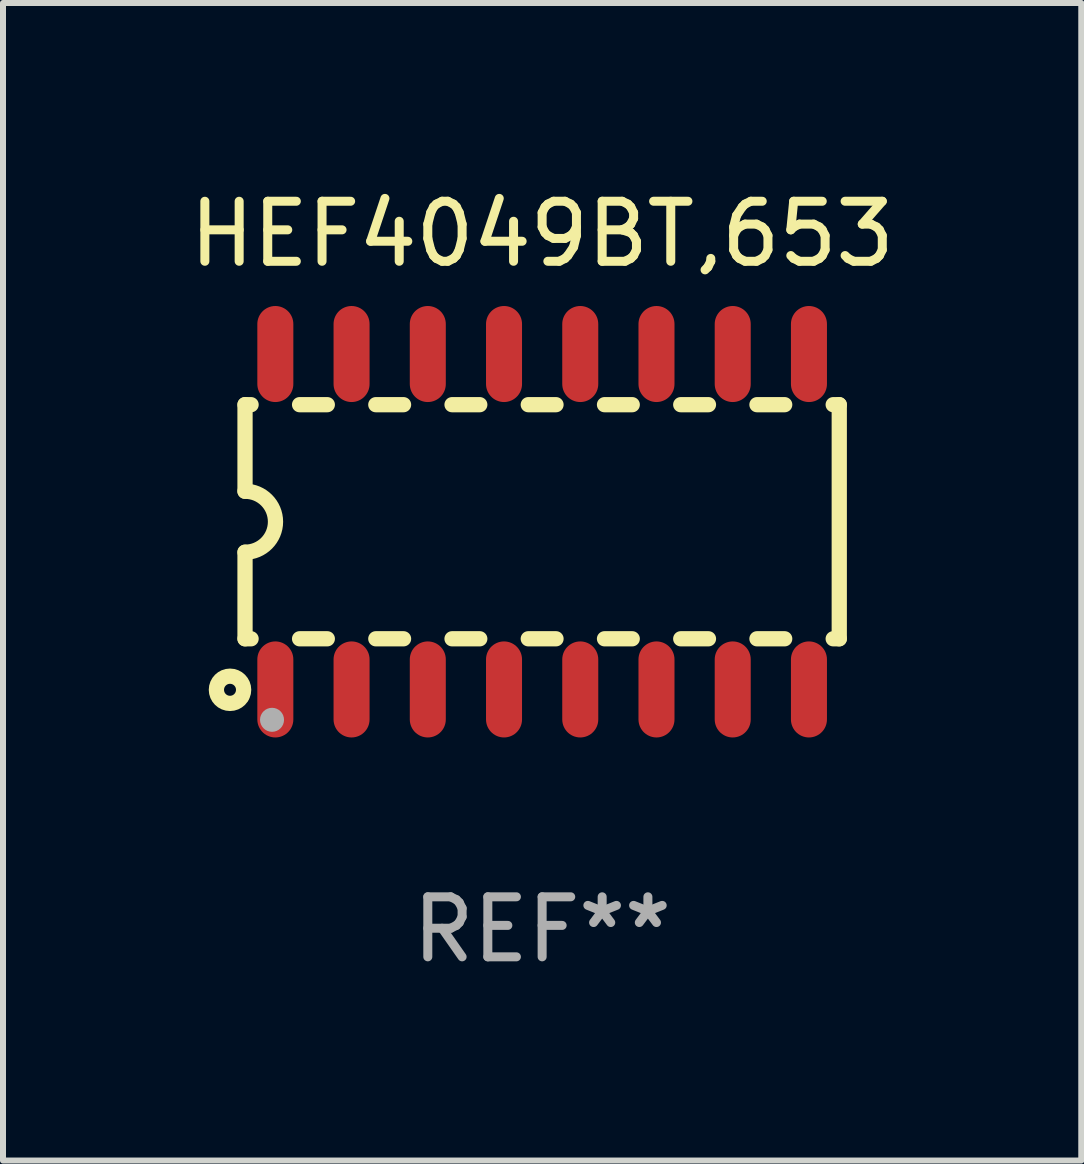
<source format=kicad_pcb>
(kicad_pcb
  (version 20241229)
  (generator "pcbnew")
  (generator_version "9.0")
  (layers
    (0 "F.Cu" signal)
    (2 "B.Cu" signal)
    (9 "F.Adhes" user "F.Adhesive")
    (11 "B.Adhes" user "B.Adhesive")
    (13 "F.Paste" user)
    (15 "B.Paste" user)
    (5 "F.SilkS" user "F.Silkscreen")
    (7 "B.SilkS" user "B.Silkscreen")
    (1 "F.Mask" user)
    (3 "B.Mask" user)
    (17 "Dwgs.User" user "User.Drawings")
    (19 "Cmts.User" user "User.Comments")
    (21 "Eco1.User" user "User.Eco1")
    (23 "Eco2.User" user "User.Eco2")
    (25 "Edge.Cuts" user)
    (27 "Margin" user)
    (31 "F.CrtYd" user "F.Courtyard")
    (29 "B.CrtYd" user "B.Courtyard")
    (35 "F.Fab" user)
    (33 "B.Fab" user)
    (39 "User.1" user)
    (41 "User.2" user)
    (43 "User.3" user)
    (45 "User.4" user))
  (footprint "HEF4049BT,653"
    (layer "F.Cu")
    (at 5.982 5.642)
    (property "Reference" "HEF4049BT,653" (at 0 -4.794 0) (layer "F.SilkS") (effects (font (size 1 1) (thickness 0.15))))
    (attr through_hole)
    (fp_line (start -4.95 -1.95) (end -4.95 -0.508) (stroke (width 0.254) (type solid)) (layer "F.SilkS"))
    (fp_line (start -4.95 -1.95) (end -4.849 -1.95) (stroke (width 0.254) (type solid)) (layer "F.SilkS"))
    (fp_line (start -4.95 1.95) (end -4.95 0.508) (stroke (width 0.254) (type solid)) (layer "F.SilkS"))
    (fp_line (start -4.95 1.95) (end -4.849 1.95) (stroke (width 0.254) (type solid)) (layer "F.SilkS"))
    (fp_line (start -4.041 -1.95) (end -3.579 -1.95) (stroke (width 0.254) (type solid)) (layer "F.SilkS"))
    (fp_line (start -4.041 1.95) (end -3.579 1.95) (stroke (width 0.254) (type solid)) (layer "F.SilkS"))
    (fp_line (start -2.771 -1.95) (end -2.309 -1.95) (stroke (width 0.254) (type solid)) (layer "F.SilkS"))
    (fp_line (start -2.771 1.95) (end -2.309 1.95) (stroke (width 0.254) (type solid)) (layer "F.SilkS"))
    (fp_line (start -1.501 -1.95) (end -1.039 -1.95) (stroke (width 0.254) (type solid)) (layer "F.SilkS"))
    (fp_line (start -1.501 1.95) (end -1.039 1.95) (stroke (width 0.254) (type solid)) (layer "F.SilkS"))
    (fp_line (start -0.231 -1.95) (end 0.231 -1.95) (stroke (width 0.254) (type solid)) (layer "F.SilkS"))
    (fp_line (start -0.231 1.95) (end 0.231 1.95) (stroke (width 0.254) (type solid)) (layer "F.SilkS"))
    (fp_line (start 1.039 -1.95) (end 1.501 -1.95) (stroke (width 0.254) (type solid)) (layer "F.SilkS"))
    (fp_line (start 1.039 1.95) (end 1.501 1.95) (stroke (width 0.254) (type solid)) (layer "F.SilkS"))
    (fp_line (start 2.309 -1.95) (end 2.771 -1.95) (stroke (width 0.254) (type solid)) (layer "F.SilkS"))
    (fp_line (start 2.309 1.95) (end 2.771 1.95) (stroke (width 0.254) (type solid)) (layer "F.SilkS"))
    (fp_line (start 3.579 -1.95) (end 4.041 -1.95) (stroke (width 0.254) (type solid)) (layer "F.SilkS"))
    (fp_line (start 3.579 1.95) (end 4.041 1.95) (stroke (width 0.254) (type solid)) (layer "F.SilkS"))
    (fp_line (start 4.849 -1.95) (end 4.95 -1.95) (stroke (width 0.254) (type solid)) (layer "F.SilkS"))
    (fp_line (start 4.849 1.95) (end 4.95 1.95) (stroke (width 0.254) (type solid)) (layer "F.SilkS"))
    (fp_line (start 4.95 -1.95) (end 4.95 1.95) (stroke (width 0.254) (type solid)) (layer "F.SilkS"))
    (fp_arc (start -4.95047 -0.508001) (mid -4.442469 -0.000228) (end -4.950013 0.508001) (stroke (width 0.254001) (type solid)) (layer "F.SilkS"))
    (fp_circle (center -5.2 2.8) (end -5.1 2.8) (stroke (width 0.254) (type solid)) (fill no) (layer "F.SilkS"))
    (fp_circle (center -4.95 2.947) (end -4.92 2.947) (stroke (width 0.06) (type solid)) (fill no) (layer "F.SilkS"))
    (fp_circle (center -4.5 3.3) (end -4.4 3.3) (stroke (width 0.2) (type solid)) (fill no) (layer "F.Fab"))
    (fp_text user "REF**" (at 0 6.794 0) (layer "F.Fab") (effects (font (size 1 1) (thickness 0.15))))
    (pad "1" smd oval (at -4.445 2.794) (size 0.6 1.6) (layers "F.Cu" "F.Mask" "F.Paste"))
    (pad "2" smd oval (at -3.175 2.794) (size 0.6 1.6) (layers "F.Cu" "F.Mask" "F.Paste"))
    (pad "3" smd oval (at -1.905 2.794) (size 0.6 1.6) (layers "F.Cu" "F.Mask" "F.Paste"))
    (pad "4" smd oval (at -0.635 2.794) (size 0.6 1.6) (layers "F.Cu" "F.Mask" "F.Paste"))
    (pad "5" smd oval (at 0.635 2.794) (size 0.6 1.6) (layers "F.Cu" "F.Mask" "F.Paste"))
    (pad "6" smd oval (at 1.905 2.794) (size 0.6 1.6) (layers "F.Cu" "F.Mask" "F.Paste"))
    (pad "7" smd oval (at 3.175 2.794) (size 0.6 1.6) (layers "F.Cu" "F.Mask" "F.Paste"))
    (pad "8" smd oval (at 4.445 2.794) (size 0.6 1.6) (layers "F.Cu" "F.Mask" "F.Paste"))
    (pad "9" smd oval (at 4.445 -2.794) (size 0.6 1.6) (layers "F.Cu" "F.Mask" "F.Paste"))
    (pad "10" smd oval (at 3.175 -2.794) (size 0.6 1.6) (layers "F.Cu" "F.Mask" "F.Paste"))
    (pad "11" smd oval (at 1.905 -2.794) (size 0.6 1.6) (layers "F.Cu" "F.Mask" "F.Paste"))
    (pad "12" smd oval (at 0.635 -2.794) (size 0.6 1.6) (layers "F.Cu" "F.Mask" "F.Paste"))
    (pad "13" smd oval (at -0.635 -2.794) (size 0.6 1.6) (layers "F.Cu" "F.Mask" "F.Paste"))
    (pad "14" smd oval (at -1.905 -2.794) (size 0.6 1.6) (layers "F.Cu" "F.Mask" "F.Paste"))
    (pad "15" smd oval (at -3.175 -2.794) (size 0.6 1.6) (layers "F.Cu" "F.Mask" "F.Paste"))
    (pad "16" smd oval (at -4.445 -2.794) (size 0.6 1.6) (layers "F.Cu" "F.Mask" "F.Paste")))
  (gr_rect
    (start -3 -3)
    (end 14.964 16.285)
    (stroke (width 0.1) (type default))
    (fill no)
    (layer "Edge.Cuts")))
</source>
